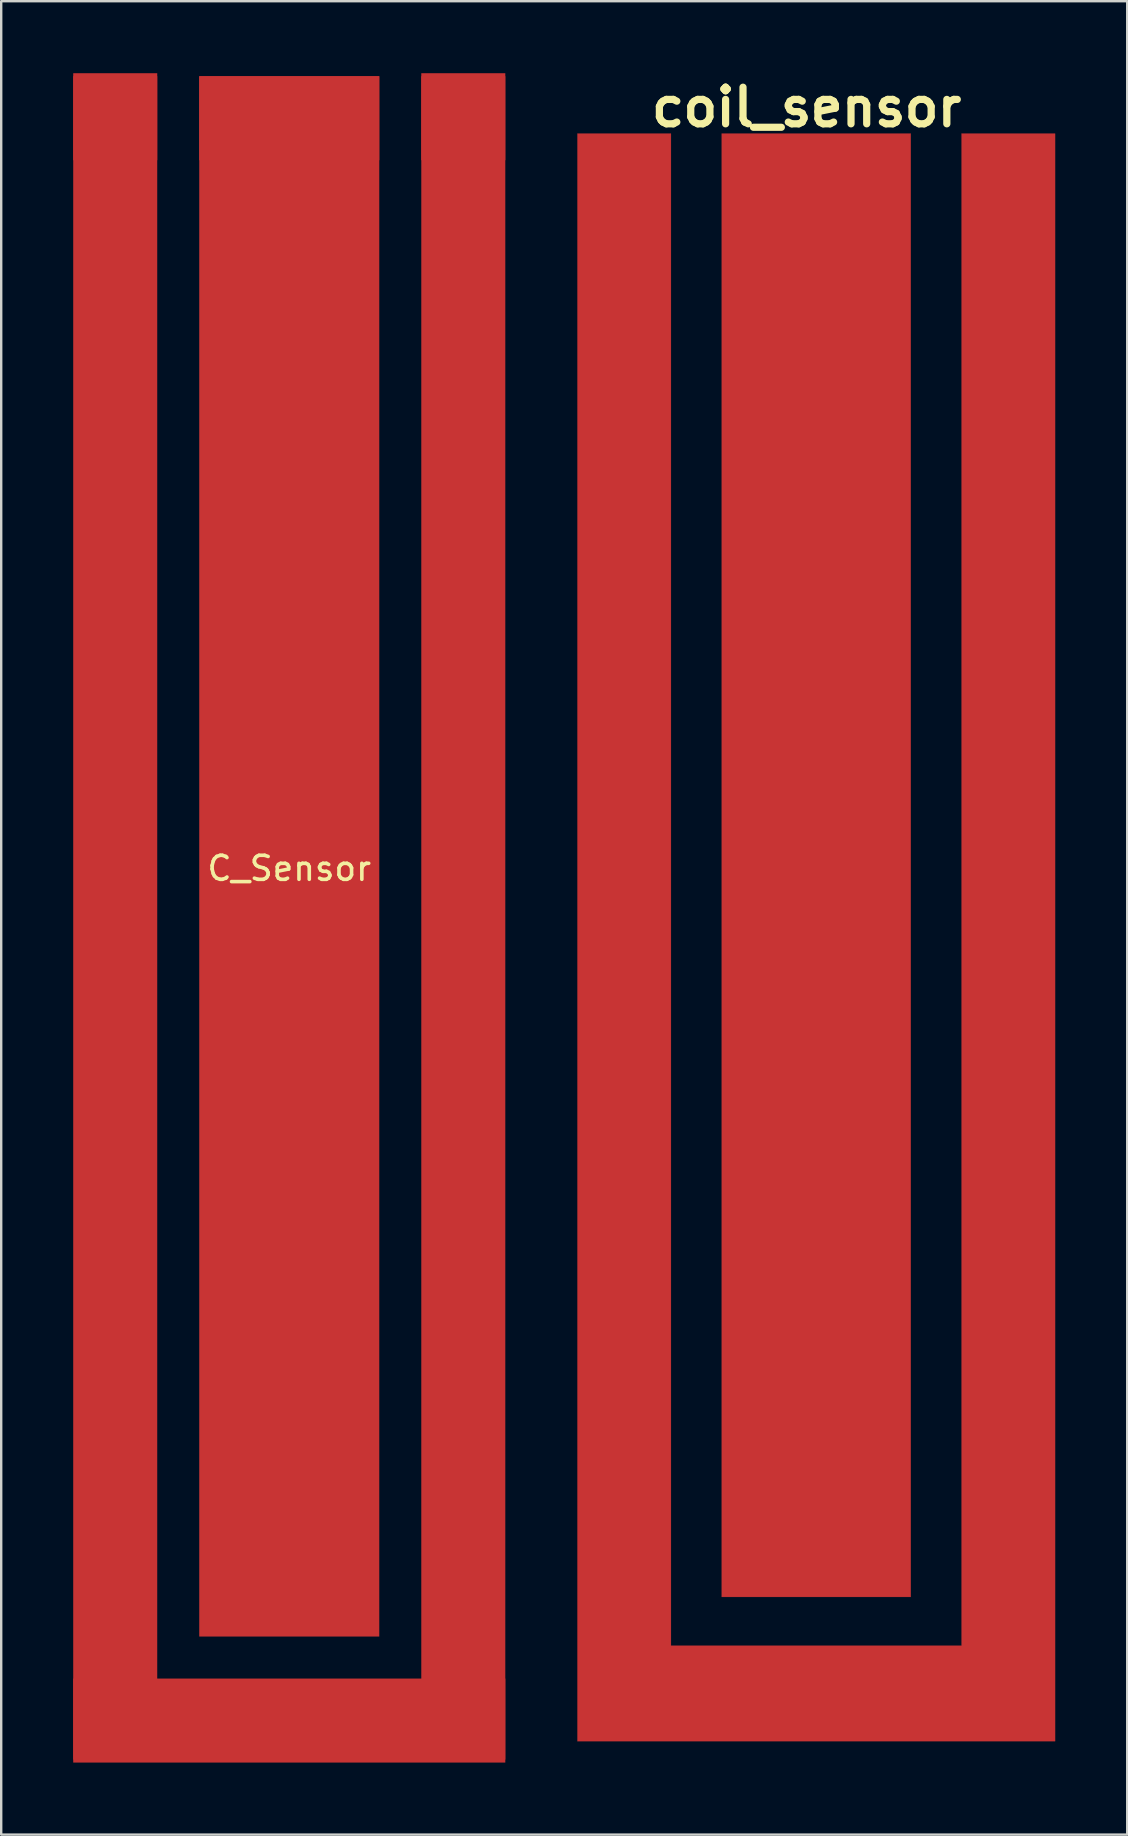
<source format=kicad_pcb>
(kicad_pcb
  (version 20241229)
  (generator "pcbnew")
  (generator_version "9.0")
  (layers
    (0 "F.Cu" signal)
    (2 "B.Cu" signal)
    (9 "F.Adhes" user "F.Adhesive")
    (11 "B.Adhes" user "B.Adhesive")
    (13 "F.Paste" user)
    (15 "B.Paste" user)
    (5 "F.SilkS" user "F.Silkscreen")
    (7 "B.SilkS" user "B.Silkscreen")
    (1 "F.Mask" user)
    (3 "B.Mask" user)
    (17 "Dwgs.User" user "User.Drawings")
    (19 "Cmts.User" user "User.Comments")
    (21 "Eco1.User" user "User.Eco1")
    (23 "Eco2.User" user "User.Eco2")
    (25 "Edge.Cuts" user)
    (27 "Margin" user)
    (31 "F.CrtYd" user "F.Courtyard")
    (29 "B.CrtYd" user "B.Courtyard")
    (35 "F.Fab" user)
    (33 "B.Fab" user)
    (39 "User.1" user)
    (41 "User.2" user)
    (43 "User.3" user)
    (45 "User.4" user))
  (footprint "coil_sensor"
    (layer "F.Cu")
    (at 30.911 35.958)
    (property "Reference" "coil_sensor" (at -0.36 -34.54 0) (layer "F.SilkS") (effects (font (size 1.524 1.524) (thickness 0.3))))
    (attr through_hole)
    (fp_poly (pts (xy 3.979 27.517) (xy -3.895 27.517) (xy -3.895 -33.443) (xy 3.979 -33.443) (xy 3.979 27.517)) (stroke (width 0.01) (type solid)) (fill yes) (layer "F.Cu"))
    (fp_poly (pts (xy -6.011 29.549) (xy 6.096 29.549) (xy 6.096 -33.443) (xy 9.991 -33.443) (xy 9.991 33.528) (xy -9.906 33.528) (xy -9.906 -33.443) (xy -6.011 -33.443) (xy -6.011 29.549)) (stroke (width 0.01) (type solid)) (fill yes) (layer "F.Cu"))
    (pad "1" smd rect (at -0.12 -31.5) (size 3.5 3.5) (layers "F.Cu" "F.Mask" "F.Paste"))
    (pad "2" smd rect (at -7.92 -31.55) (size 3.5 3.5) (layers "F.Cu" "F.Mask" "F.Paste"))
    (pad "2" smd rect (at 8.09 -31.48) (size 3.5 3.5) (layers "F.Cu" "F.Mask" "F.Paste")))
  (footprint "C_Sensor"
    (layer "F.Cu")
    (at 9 32.625)
    (property "Reference" "C_Sensor" (at 0 0.5 0) (layer "F.SilkS") (effects (font (size 1 1) (thickness 0.15))))
    (attr through_hole)
    (pad "1" smd rect (at 0 -30.75) (size 7.5 3.5) (layers "F.Cu"))
    (pad "1" smd rect (at 0 0) (size 7.5 65) (layers "F.Cu"))
    (pad "2" smd rect (at -7.25 -30.75) (size 3.5 3.5) (layers "F.Cu"))
    (pad "2" smd rect (at -7.25 2.5) (size 3.5 70.25) (layers "F.Cu"))
    (pad "2" smd rect (at 0 36) (size 18 3.5) (layers "F.Cu"))
    (pad "2" smd rect (at 7.25 -30.75) (size 3.5 3.5) (layers "F.Cu"))
    (pad "2" smd rect (at 7.25 2.5) (size 3.5 70.25) (layers "F.Cu")))
  (gr_rect
    (start -3 -3)
    (end 43.907 73.375)
    (stroke (width 0.1) (type default))
    (fill no)
    (layer "Edge.Cuts")))
</source>
